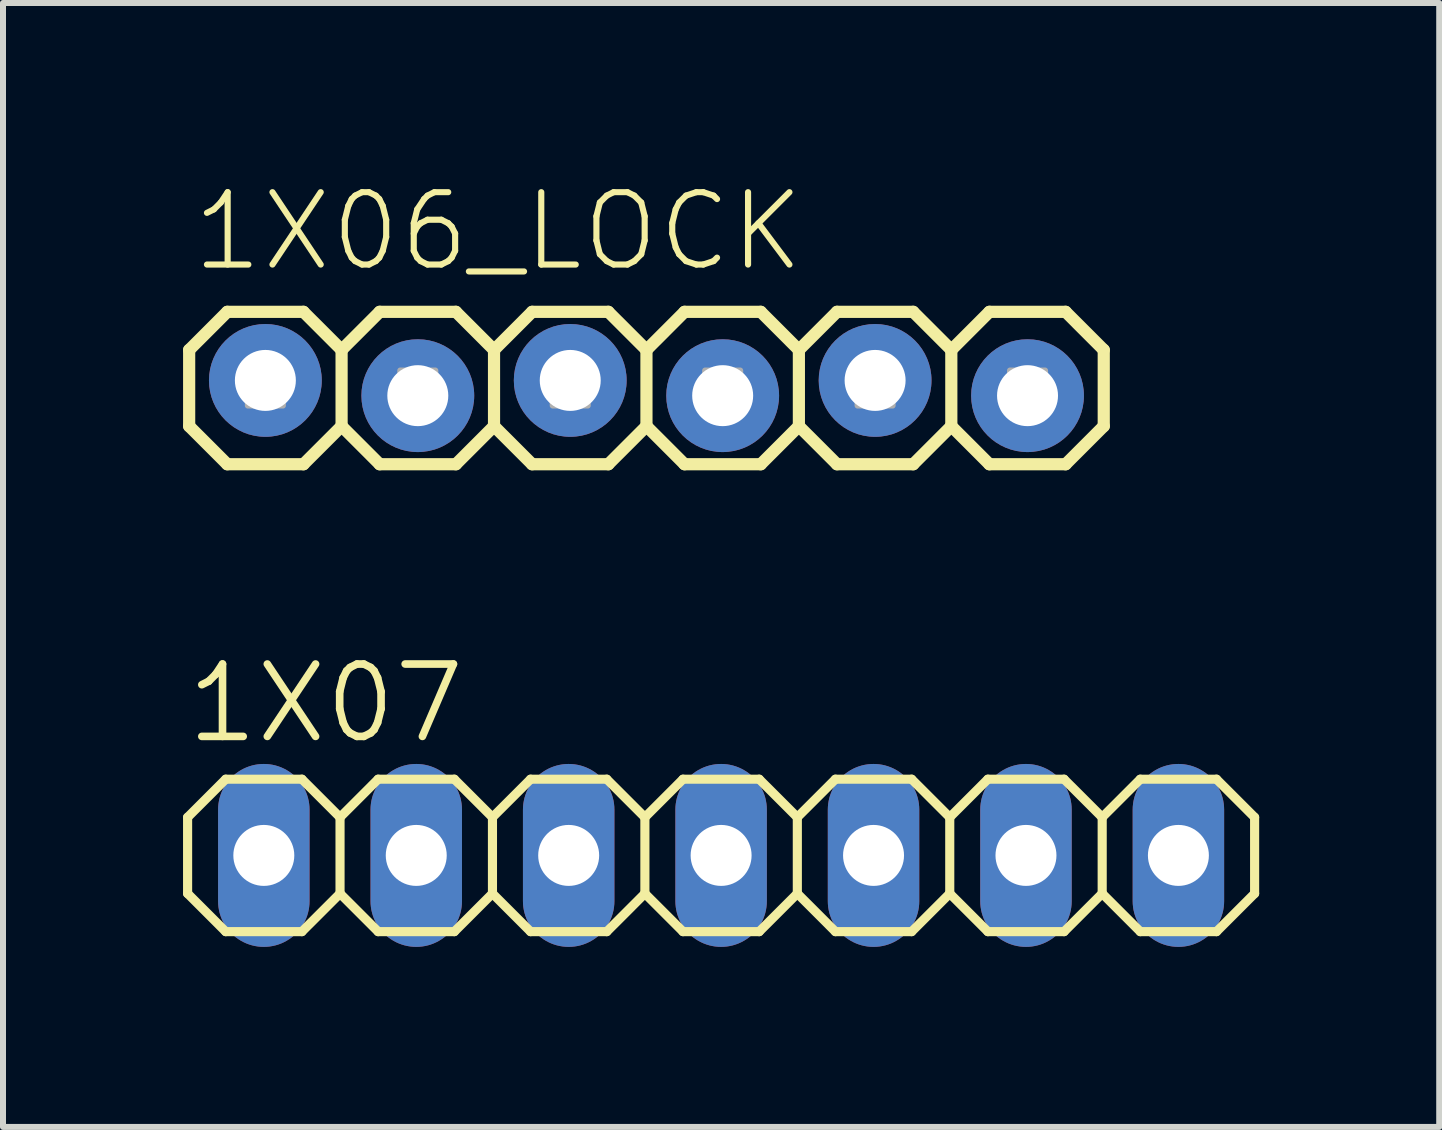
<source format=kicad_pcb>
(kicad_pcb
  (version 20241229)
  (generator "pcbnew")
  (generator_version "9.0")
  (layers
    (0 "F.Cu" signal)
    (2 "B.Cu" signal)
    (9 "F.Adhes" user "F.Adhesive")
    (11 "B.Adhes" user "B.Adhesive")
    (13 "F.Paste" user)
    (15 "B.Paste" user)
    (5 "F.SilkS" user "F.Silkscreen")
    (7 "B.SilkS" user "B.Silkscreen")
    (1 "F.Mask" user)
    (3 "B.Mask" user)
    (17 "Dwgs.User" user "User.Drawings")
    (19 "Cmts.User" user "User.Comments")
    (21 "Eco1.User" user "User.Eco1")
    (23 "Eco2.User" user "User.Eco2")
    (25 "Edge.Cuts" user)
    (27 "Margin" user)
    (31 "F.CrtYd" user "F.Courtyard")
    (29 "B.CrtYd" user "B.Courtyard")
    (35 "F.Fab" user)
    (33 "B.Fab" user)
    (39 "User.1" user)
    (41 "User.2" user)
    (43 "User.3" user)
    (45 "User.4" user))
  (footprint "1X06_LOCK"
    (layer "F.Cu")
    (at 1.372 3.289)
    (property "Reference" "1X06_LOCK" (at -1.27 -1.778 0) (layer "F.SilkS") (effects (font (size 1.206 1.206) (thickness 0.102)) (justify left bottom)))
    (attr through_hole)
    (fp_line (start -1.27 -0.508) (end -0.635 -1.143) (stroke (width 0.203) (type solid)) (layer "F.SilkS"))
    (fp_line (start -1.27 0.762) (end -1.27 -0.508) (stroke (width 0.203) (type solid)) (layer "F.SilkS"))
    (fp_line (start -0.635 -1.143) (end 0.635 -1.143) (stroke (width 0.203) (type solid)) (layer "F.SilkS"))
    (fp_line (start -0.635 1.397) (end -1.27 0.762) (stroke (width 0.203) (type solid)) (layer "F.SilkS"))
    (fp_line (start 0.635 -1.143) (end 1.27 -0.508) (stroke (width 0.203) (type solid)) (layer "F.SilkS"))
    (fp_line (start 0.635 1.397) (end -0.635 1.397) (stroke (width 0.203) (type solid)) (layer "F.SilkS"))
    (fp_line (start 1.27 -0.508) (end 1.27 0.762) (stroke (width 0.203) (type solid)) (layer "F.SilkS"))
    (fp_line (start 1.27 -0.508) (end 1.905 -1.143) (stroke (width 0.203) (type solid)) (layer "F.SilkS"))
    (fp_line (start 1.27 0.762) (end 0.635 1.397) (stroke (width 0.203) (type solid)) (layer "F.SilkS"))
    (fp_line (start 1.905 -1.143) (end 3.175 -1.143) (stroke (width 0.203) (type solid)) (layer "F.SilkS"))
    (fp_line (start 1.905 1.397) (end 1.27 0.762) (stroke (width 0.203) (type solid)) (layer "F.SilkS"))
    (fp_line (start 3.175 -1.143) (end 3.81 -0.508) (stroke (width 0.203) (type solid)) (layer "F.SilkS"))
    (fp_line (start 3.175 1.397) (end 1.905 1.397) (stroke (width 0.203) (type solid)) (layer "F.SilkS"))
    (fp_line (start 3.81 -0.508) (end 3.81 0.762) (stroke (width 0.203) (type solid)) (layer "F.SilkS"))
    (fp_line (start 3.81 -0.508) (end 4.445 -1.143) (stroke (width 0.203) (type solid)) (layer "F.SilkS"))
    (fp_line (start 3.81 0.762) (end 3.175 1.397) (stroke (width 0.203) (type solid)) (layer "F.SilkS"))
    (fp_line (start 4.445 -1.143) (end 5.715 -1.143) (stroke (width 0.203) (type solid)) (layer "F.SilkS"))
    (fp_line (start 4.445 1.397) (end 3.81 0.762) (stroke (width 0.203) (type solid)) (layer "F.SilkS"))
    (fp_line (start 5.715 -1.143) (end 6.35 -0.508) (stroke (width 0.203) (type solid)) (layer "F.SilkS"))
    (fp_line (start 5.715 1.397) (end 4.445 1.397) (stroke (width 0.203) (type solid)) (layer "F.SilkS"))
    (fp_line (start 6.35 -0.508) (end 6.35 0.762) (stroke (width 0.203) (type solid)) (layer "F.SilkS"))
    (fp_line (start 6.35 -0.508) (end 6.985 -1.143) (stroke (width 0.203) (type solid)) (layer "F.SilkS"))
    (fp_line (start 6.35 0.762) (end 5.715 1.397) (stroke (width 0.203) (type solid)) (layer "F.SilkS"))
    (fp_line (start 6.985 -1.143) (end 8.255 -1.143) (stroke (width 0.203) (type solid)) (layer "F.SilkS"))
    (fp_line (start 6.985 1.397) (end 6.35 0.762) (stroke (width 0.203) (type solid)) (layer "F.SilkS"))
    (fp_line (start 8.255 -1.143) (end 8.89 -0.508) (stroke (width 0.203) (type solid)) (layer "F.SilkS"))
    (fp_line (start 8.255 1.397) (end 6.985 1.397) (stroke (width 0.203) (type solid)) (layer "F.SilkS"))
    (fp_line (start 8.89 -0.508) (end 8.89 0.762) (stroke (width 0.203) (type solid)) (layer "F.SilkS"))
    (fp_line (start 8.89 -0.508) (end 9.525 -1.143) (stroke (width 0.203) (type solid)) (layer "F.SilkS"))
    (fp_line (start 8.89 0.762) (end 8.255 1.397) (stroke (width 0.203) (type solid)) (layer "F.SilkS"))
    (fp_line (start 9.525 -1.143) (end 10.795 -1.143) (stroke (width 0.203) (type solid)) (layer "F.SilkS"))
    (fp_line (start 9.525 1.397) (end 8.89 0.762) (stroke (width 0.203) (type solid)) (layer "F.SilkS"))
    (fp_line (start 10.795 -1.143) (end 11.43 -0.508) (stroke (width 0.203) (type solid)) (layer "F.SilkS"))
    (fp_line (start 10.795 1.397) (end 9.525 1.397) (stroke (width 0.203) (type solid)) (layer "F.SilkS"))
    (fp_line (start 11.43 -0.508) (end 11.43 0.762) (stroke (width 0.203) (type solid)) (layer "F.SilkS"))
    (fp_line (start 11.43 -0.508) (end 12.065 -1.143) (stroke (width 0.203) (type solid)) (layer "F.SilkS"))
    (fp_line (start 11.43 0.762) (end 10.795 1.397) (stroke (width 0.203) (type solid)) (layer "F.SilkS"))
    (fp_line (start 12.065 -1.143) (end 13.335 -1.143) (stroke (width 0.203) (type solid)) (layer "F.SilkS"))
    (fp_line (start 12.065 1.397) (end 11.43 0.762) (stroke (width 0.203) (type solid)) (layer "F.SilkS"))
    (fp_line (start 13.335 -1.143) (end 13.97 -0.508) (stroke (width 0.203) (type solid)) (layer "F.SilkS"))
    (fp_line (start 13.335 1.397) (end 12.065 1.397) (stroke (width 0.203) (type solid)) (layer "F.SilkS"))
    (fp_line (start 13.97 -0.508) (end 13.97 0.762) (stroke (width 0.203) (type solid)) (layer "F.SilkS"))
    (fp_line (start 13.97 0.762) (end 13.335 1.397) (stroke (width 0.203) (type solid)) (layer "F.SilkS"))
    (fp_poly (pts (xy -0.292 0.419) (xy 0.292 0.419) (xy 0.292 -0.165) (xy -0.292 -0.165)) (stroke (width 0.1) (type solid)) (fill no) (layer "F.Fab"))
    (fp_poly (pts (xy 2.248 0.419) (xy 2.832 0.419) (xy 2.832 -0.165) (xy 2.248 -0.165)) (stroke (width 0.1) (type solid)) (fill no) (layer "F.Fab"))
    (fp_poly (pts (xy 4.788 0.419) (xy 5.372 0.419) (xy 5.372 -0.165) (xy 4.788 -0.165)) (stroke (width 0.1) (type solid)) (fill no) (layer "F.Fab"))
    (fp_poly (pts (xy 7.328 0.419) (xy 7.912 0.419) (xy 7.912 -0.165) (xy 7.328 -0.165)) (stroke (width 0.1) (type solid)) (fill no) (layer "F.Fab"))
    (fp_poly (pts (xy 9.868 0.419) (xy 10.452 0.419) (xy 10.452 -0.165) (xy 9.868 -0.165)) (stroke (width 0.1) (type solid)) (fill no) (layer "F.Fab"))
    (fp_poly (pts (xy 12.408 0.419) (xy 12.992 0.419) (xy 12.992 -0.165) (xy 12.408 -0.165)) (stroke (width 0.1) (type solid)) (fill no) (layer "F.Fab"))
    (pad "1" thru_hole circle (at 0 0) (size 1.88 1.88) (drill 1.016) (layers "*.Cu" "*.Mask"))
    (pad "2" thru_hole circle (at 2.54 0.254) (size 1.88 1.88) (drill 1.016) (layers "*.Cu" "*.Mask"))
    (pad "3" thru_hole circle (at 5.08 0) (size 1.88 1.88) (drill 1.016) (layers "*.Cu" "*.Mask"))
    (pad "4" thru_hole circle (at 7.62 0.254) (size 1.88 1.88) (drill 1.016) (layers "*.Cu" "*.Mask"))
    (pad "5" thru_hole circle (at 10.16 0) (size 1.88 1.88) (drill 1.016) (layers "*.Cu" "*.Mask"))
    (pad "6" thru_hole circle (at 12.7 0.254) (size 1.88 1.88) (drill 1.016) (layers "*.Cu" "*.Mask")))
  (footprint "1X07"
    (layer "F.Cu")
    (at 8.966 11.204)
    (property "Reference" "1X07" (at -8.966 -1.829 0) (layer "F.SilkS") (effects (font (size 1.206 1.206) (thickness 0.127)) (justify left bottom)))
    (attr through_hole)
    (fp_line (start -8.89 -0.635) (end -8.89 0.635) (stroke (width 0.152) (type solid)) (layer "F.SilkS"))
    (fp_line (start -8.89 0.635) (end -8.255 1.27) (stroke (width 0.152) (type solid)) (layer "F.SilkS"))
    (fp_line (start -8.255 -1.27) (end -8.89 -0.635) (stroke (width 0.152) (type solid)) (layer "F.SilkS"))
    (fp_line (start -8.255 -1.27) (end -6.985 -1.27) (stroke (width 0.152) (type solid)) (layer "F.SilkS"))
    (fp_line (start -6.985 -1.27) (end -6.35 -0.635) (stroke (width 0.152) (type solid)) (layer "F.SilkS"))
    (fp_line (start -6.985 1.27) (end -8.255 1.27) (stroke (width 0.152) (type solid)) (layer "F.SilkS"))
    (fp_line (start -6.35 -0.635) (end -6.35 0.635) (stroke (width 0.152) (type solid)) (layer "F.SilkS"))
    (fp_line (start -6.35 -0.635) (end -5.715 -1.27) (stroke (width 0.152) (type solid)) (layer "F.SilkS"))
    (fp_line (start -6.35 0.635) (end -6.985 1.27) (stroke (width 0.152) (type solid)) (layer "F.SilkS"))
    (fp_line (start -5.715 -1.27) (end -4.445 -1.27) (stroke (width 0.152) (type solid)) (layer "F.SilkS"))
    (fp_line (start -5.715 1.27) (end -6.35 0.635) (stroke (width 0.152) (type solid)) (layer "F.SilkS"))
    (fp_line (start -4.445 -1.27) (end -3.81 -0.635) (stroke (width 0.152) (type solid)) (layer "F.SilkS"))
    (fp_line (start -4.445 1.27) (end -5.715 1.27) (stroke (width 0.152) (type solid)) (layer "F.SilkS"))
    (fp_line (start -3.81 -0.635) (end -3.81 0.635) (stroke (width 0.152) (type solid)) (layer "F.SilkS"))
    (fp_line (start -3.81 -0.635) (end -3.175 -1.27) (stroke (width 0.152) (type solid)) (layer "F.SilkS"))
    (fp_line (start -3.81 0.635) (end -4.445 1.27) (stroke (width 0.152) (type solid)) (layer "F.SilkS"))
    (fp_line (start -3.175 -1.27) (end -1.905 -1.27) (stroke (width 0.152) (type solid)) (layer "F.SilkS"))
    (fp_line (start -3.175 1.27) (end -3.81 0.635) (stroke (width 0.152) (type solid)) (layer "F.SilkS"))
    (fp_line (start -1.905 -1.27) (end -1.27 -0.635) (stroke (width 0.152) (type solid)) (layer "F.SilkS"))
    (fp_line (start -1.905 1.27) (end -3.175 1.27) (stroke (width 0.152) (type solid)) (layer "F.SilkS"))
    (fp_line (start -1.27 -0.635) (end -1.27 0.635) (stroke (width 0.152) (type solid)) (layer "F.SilkS"))
    (fp_line (start -1.27 0.635) (end -1.905 1.27) (stroke (width 0.152) (type solid)) (layer "F.SilkS"))
    (fp_line (start -1.27 0.635) (end -0.635 1.27) (stroke (width 0.152) (type solid)) (layer "F.SilkS"))
    (fp_line (start -0.635 -1.27) (end -1.27 -0.635) (stroke (width 0.152) (type solid)) (layer "F.SilkS"))
    (fp_line (start -0.635 -1.27) (end 0.635 -1.27) (stroke (width 0.152) (type solid)) (layer "F.SilkS"))
    (fp_line (start 0.635 -1.27) (end 1.27 -0.635) (stroke (width 0.152) (type solid)) (layer "F.SilkS"))
    (fp_line (start 0.635 1.27) (end -0.635 1.27) (stroke (width 0.152) (type solid)) (layer "F.SilkS"))
    (fp_line (start 1.27 -0.635) (end 1.27 0.635) (stroke (width 0.152) (type solid)) (layer "F.SilkS"))
    (fp_line (start 1.27 -0.635) (end 1.905 -1.27) (stroke (width 0.152) (type solid)) (layer "F.SilkS"))
    (fp_line (start 1.27 0.635) (end 0.635 1.27) (stroke (width 0.152) (type solid)) (layer "F.SilkS"))
    (fp_line (start 1.905 -1.27) (end 3.175 -1.27) (stroke (width 0.152) (type solid)) (layer "F.SilkS"))
    (fp_line (start 1.905 1.27) (end 1.27 0.635) (stroke (width 0.152) (type solid)) (layer "F.SilkS"))
    (fp_line (start 3.175 -1.27) (end 3.81 -0.635) (stroke (width 0.152) (type solid)) (layer "F.SilkS"))
    (fp_line (start 3.175 1.27) (end 1.905 1.27) (stroke (width 0.152) (type solid)) (layer "F.SilkS"))
    (fp_line (start 3.81 -0.635) (end 3.81 0.635) (stroke (width 0.152) (type solid)) (layer "F.SilkS"))
    (fp_line (start 3.81 -0.635) (end 4.445 -1.27) (stroke (width 0.152) (type solid)) (layer "F.SilkS"))
    (fp_line (start 3.81 0.635) (end 3.175 1.27) (stroke (width 0.152) (type solid)) (layer "F.SilkS"))
    (fp_line (start 4.445 -1.27) (end 5.715 -1.27) (stroke (width 0.152) (type solid)) (layer "F.SilkS"))
    (fp_line (start 4.445 1.27) (end 3.81 0.635) (stroke (width 0.152) (type solid)) (layer "F.SilkS"))
    (fp_line (start 5.715 -1.27) (end 6.35 -0.635) (stroke (width 0.152) (type solid)) (layer "F.SilkS"))
    (fp_line (start 5.715 1.27) (end 4.445 1.27) (stroke (width 0.152) (type solid)) (layer "F.SilkS"))
    (fp_line (start 6.35 -0.635) (end 6.35 0.635) (stroke (width 0.152) (type solid)) (layer "F.SilkS"))
    (fp_line (start 6.35 0.635) (end 5.715 1.27) (stroke (width 0.152) (type solid)) (layer "F.SilkS"))
    (fp_line (start 6.35 0.635) (end 6.985 1.27) (stroke (width 0.152) (type solid)) (layer "F.SilkS"))
    (fp_line (start 6.985 -1.27) (end 6.35 -0.635) (stroke (width 0.152) (type solid)) (layer "F.SilkS"))
    (fp_line (start 6.985 -1.27) (end 8.255 -1.27) (stroke (width 0.152) (type solid)) (layer "F.SilkS"))
    (fp_line (start 8.255 -1.27) (end 8.89 -0.635) (stroke (width 0.152) (type solid)) (layer "F.SilkS"))
    (fp_line (start 8.255 1.27) (end 6.985 1.27) (stroke (width 0.152) (type solid)) (layer "F.SilkS"))
    (fp_line (start 8.89 -0.635) (end 8.89 0.635) (stroke (width 0.152) (type solid)) (layer "F.SilkS"))
    (fp_line (start 8.89 0.635) (end 8.255 1.27) (stroke (width 0.152) (type solid)) (layer "F.SilkS"))
    (fp_poly (pts (xy -7.874 0.254) (xy -7.366 0.254) (xy -7.366 -0.254) (xy -7.874 -0.254)) (stroke (width 0.1) (type solid)) (fill no) (layer "F.Fab"))
    (fp_poly (pts (xy -5.334 0.254) (xy -4.826 0.254) (xy -4.826 -0.254) (xy -5.334 -0.254)) (stroke (width 0.1) (type solid)) (fill no) (layer "F.Fab"))
    (fp_poly (pts (xy -2.794 0.254) (xy -2.286 0.254) (xy -2.286 -0.254) (xy -2.794 -0.254)) (stroke (width 0.1) (type solid)) (fill no) (layer "F.Fab"))
    (fp_poly (pts (xy -0.254 0.254) (xy 0.254 0.254) (xy 0.254 -0.254) (xy -0.254 -0.254)) (stroke (width 0.1) (type solid)) (fill no) (layer "F.Fab"))
    (fp_poly (pts (xy 2.286 0.254) (xy 2.794 0.254) (xy 2.794 -0.254) (xy 2.286 -0.254)) (stroke (width 0.1) (type solid)) (fill no) (layer "F.Fab"))
    (fp_poly (pts (xy 4.826 0.254) (xy 5.334 0.254) (xy 5.334 -0.254) (xy 4.826 -0.254)) (stroke (width 0.1) (type solid)) (fill no) (layer "F.Fab"))
    (fp_poly (pts (xy 7.366 0.254) (xy 7.874 0.254) (xy 7.874 -0.254) (xy 7.366 -0.254)) (stroke (width 0.1) (type solid)) (fill no) (layer "F.Fab"))
    (pad "1" thru_hole oval (at -7.62 0 90) (size 3.048 1.524) (drill 1.016) (layers "*.Cu" "*.Mask"))
    (pad "2" thru_hole oval (at -5.08 0 90) (size 3.048 1.524) (drill 1.016) (layers "*.Cu" "*.Mask"))
    (pad "3" thru_hole oval (at -2.54 0 90) (size 3.048 1.524) (drill 1.016) (layers "*.Cu" "*.Mask"))
    (pad "4" thru_hole oval (at 0 0 90) (size 3.048 1.524) (drill 1.016) (layers "*.Cu" "*.Mask"))
    (pad "5" thru_hole oval (at 2.54 0 90) (size 3.048 1.524) (drill 1.016) (layers "*.Cu" "*.Mask"))
    (pad "6" thru_hole oval (at 5.08 0 90) (size 3.048 1.524) (drill 1.016) (layers "*.Cu" "*.Mask"))
    (pad "7" thru_hole oval (at 7.62 0 90) (size 3.048 1.524) (drill 1.016) (layers "*.Cu" "*.Mask")))
  (gr_rect
    (start -3 -3)
    (end 20.932 15.728)
    (stroke (width 0.1) (type default))
    (fill no)
    (layer "Edge.Cuts")))
</source>
